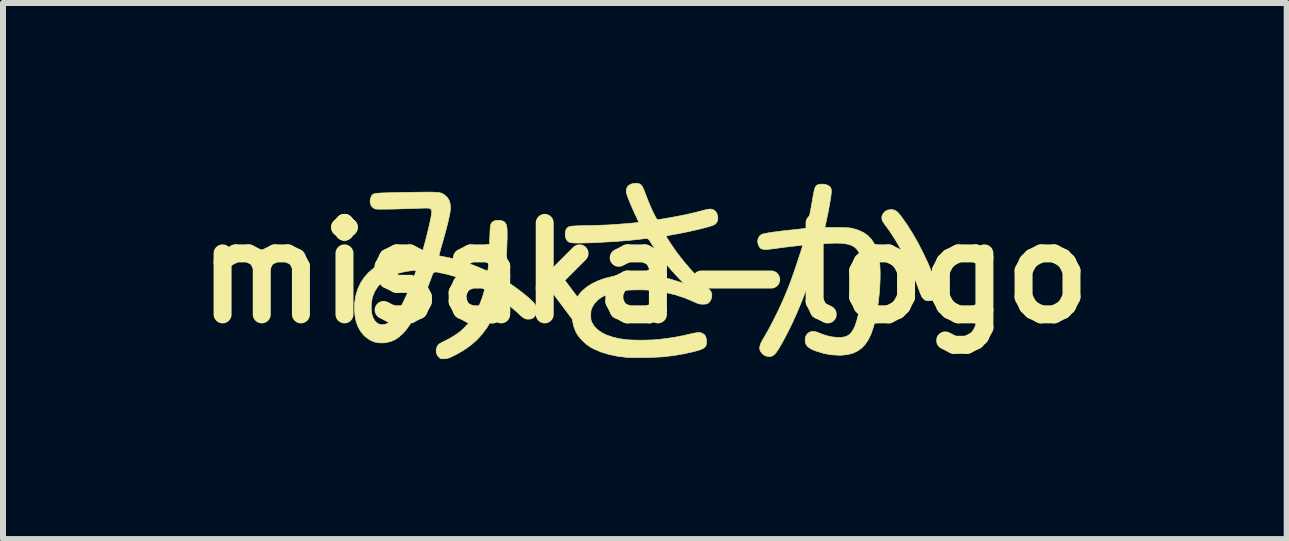
<source format=kicad_pcb>
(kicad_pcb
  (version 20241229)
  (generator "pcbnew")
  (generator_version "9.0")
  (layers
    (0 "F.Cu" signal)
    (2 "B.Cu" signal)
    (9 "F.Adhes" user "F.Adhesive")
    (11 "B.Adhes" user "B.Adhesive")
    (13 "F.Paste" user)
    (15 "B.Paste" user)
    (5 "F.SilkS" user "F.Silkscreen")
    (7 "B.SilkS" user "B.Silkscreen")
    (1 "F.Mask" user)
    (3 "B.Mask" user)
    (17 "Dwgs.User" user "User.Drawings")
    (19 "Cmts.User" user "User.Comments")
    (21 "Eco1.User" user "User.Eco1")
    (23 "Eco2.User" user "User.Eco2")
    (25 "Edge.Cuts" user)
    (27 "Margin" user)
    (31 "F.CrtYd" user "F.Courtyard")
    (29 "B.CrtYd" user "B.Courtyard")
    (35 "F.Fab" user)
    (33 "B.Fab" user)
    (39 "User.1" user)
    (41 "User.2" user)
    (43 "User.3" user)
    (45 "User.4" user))
  (footprint "misaka-logo"
    (layer "F.Cu")
    (at 7.7 1.501)
    (property "Reference" "misaka-logo" (at 0 0 0) (layer "F.SilkS") (effects (font (size 1.524 1.524) (thickness 0.3))))
    (attr through_hole)
    (fp_poly (pts (xy 4.115 -1.057) (xy 4.148 -1.052) (xy 4.176 -1.041) (xy 4.204 -1.022) (xy 4.233 -0.993) (xy 4.267 -0.951) (xy 4.274 -0.942) (xy 4.37 -0.807) (xy 4.464 -0.658) (xy 4.555 -0.499) (xy 4.641 -0.332) (xy 4.721 -0.161) (xy 4.793 0.011) (xy 4.854 0.182) (xy 4.86 0.198) (xy 4.879 0.266) (xy 4.887 0.322) (xy 4.884 0.367) (xy 4.869 0.403) (xy 4.843 0.431) (xy 4.823 0.443) (xy 4.789 0.455) (xy 4.75 0.462) (xy 4.712 0.463) (xy 4.682 0.457) (xy 4.649 0.436) (xy 4.621 0.402) (xy 4.598 0.355) (xy 4.592 0.34) (xy 4.519 0.144) (xy 4.44 -0.044) (xy 4.357 -0.223) (xy 4.27 -0.391) (xy 4.18 -0.546) (xy 4.089 -0.688) (xy 4.001 -0.808) (xy 3.971 -0.852) (xy 3.954 -0.89) (xy 3.95 -0.925) (xy 3.954 -0.95) (xy 3.975 -0.994) (xy 4.007 -1.028) (xy 4.049 -1.049) (xy 4.099 -1.057) (xy 4.115 -1.057)) (stroke (width 0.01) (type solid)) (fill yes) (layer "F.SilkS"))
    (fp_poly (pts (xy 3.003 -1.477) (xy 3.044 -1.465) (xy 3.077 -1.446) (xy 3.078 -1.445) (xy 3.093 -1.429) (xy 3.103 -1.41) (xy 3.108 -1.384) (xy 3.109 -1.35) (xy 3.105 -1.305) (xy 3.097 -1.247) (xy 3.094 -1.228) (xy 3.081 -1.155) (xy 3.067 -1.077) (xy 3.052 -0.997) (xy 3.036 -0.921) (xy 3.022 -0.853) (xy 3.012 -0.809) (xy 3 -0.758) (xy 3.2 -0.758) (xy 3.268 -0.758) (xy 3.323 -0.757) (xy 3.366 -0.755) (xy 3.4 -0.753) (xy 3.429 -0.749) (xy 3.456 -0.745) (xy 3.467 -0.742) (xy 3.563 -0.713) (xy 3.647 -0.673) (xy 3.719 -0.622) (xy 3.779 -0.559) (xy 3.828 -0.484) (xy 3.867 -0.395) (xy 3.896 -0.293) (xy 3.896 -0.293) (xy 3.91 -0.209) (xy 3.919 -0.112) (xy 3.923 -0.003) (xy 3.922 0.113) (xy 3.916 0.236) (xy 3.906 0.362) (xy 3.892 0.488) (xy 3.873 0.613) (xy 3.851 0.733) (xy 3.825 0.847) (xy 3.809 0.906) (xy 3.772 1.014) (xy 3.728 1.107) (xy 3.677 1.185) (xy 3.617 1.249) (xy 3.548 1.299) (xy 3.47 1.336) (xy 3.383 1.359) (xy 3.285 1.37) (xy 3.24 1.371) (xy 3.11 1.364) (xy 2.985 1.341) (xy 2.859 1.303) (xy 2.836 1.295) (xy 2.775 1.268) (xy 2.73 1.24) (xy 2.699 1.209) (xy 2.68 1.174) (xy 2.672 1.132) (xy 2.672 1.118) (xy 2.678 1.067) (xy 2.698 1.027) (xy 2.728 0.997) (xy 2.767 0.979) (xy 2.812 0.974) (xy 2.863 0.983) (xy 2.894 0.995) (xy 2.969 1.025) (xy 3.046 1.049) (xy 3.123 1.065) (xy 3.197 1.073) (xy 3.266 1.074) (xy 3.325 1.066) (xy 3.373 1.05) (xy 3.374 1.049) (xy 3.413 1.023) (xy 3.448 0.985) (xy 3.48 0.934) (xy 3.508 0.87) (xy 3.534 0.792) (xy 3.557 0.699) (xy 3.578 0.591) (xy 3.589 0.521) (xy 3.604 0.416) (xy 3.614 0.32) (xy 3.622 0.228) (xy 3.626 0.131) (xy 3.627 0.025) (xy 3.627 -0.057) (xy 3.624 -0.124) (xy 3.619 -0.181) (xy 3.612 -0.229) (xy 3.601 -0.27) (xy 3.586 -0.309) (xy 3.571 -0.341) (xy 3.542 -0.386) (xy 3.508 -0.422) (xy 3.466 -0.45) (xy 3.415 -0.472) (xy 3.353 -0.486) (xy 3.28 -0.495) (xy 3.192 -0.498) (xy 3.108 -0.496) (xy 3.059 -0.493) (xy 3.015 -0.491) (xy 2.979 -0.488) (xy 2.955 -0.485) (xy 2.946 -0.482) (xy 2.937 -0.47) (xy 2.926 -0.443) (xy 2.912 -0.401) (xy 2.9 -0.362) (xy 2.837 -0.151) (xy 2.768 0.059) (xy 2.695 0.264) (xy 2.619 0.463) (xy 2.539 0.655) (xy 2.457 0.837) (xy 2.373 1.007) (xy 2.289 1.164) (xy 2.221 1.28) (xy 2.185 1.331) (xy 2.149 1.367) (xy 2.112 1.388) (xy 2.072 1.394) (xy 2.036 1.389) (xy 2.001 1.377) (xy 1.972 1.357) (xy 1.949 1.334) (xy 1.926 1.302) (xy 1.915 1.269) (xy 1.915 1.233) (xy 1.926 1.19) (xy 1.949 1.14) (xy 1.976 1.093) (xy 2.06 0.948) (xy 2.143 0.79) (xy 2.225 0.625) (xy 2.303 0.455) (xy 2.374 0.287) (xy 2.43 0.144) (xy 2.446 0.1) (xy 2.465 0.045) (xy 2.487 -0.016) (xy 2.509 -0.082) (xy 2.532 -0.15) (xy 2.554 -0.215) (xy 2.574 -0.277) (xy 2.592 -0.331) (xy 2.606 -0.374) (xy 2.615 -0.404) (xy 2.632 -0.466) (xy 2.601 -0.462) (xy 2.581 -0.459) (xy 2.548 -0.455) (xy 2.507 -0.45) (xy 2.462 -0.445) (xy 2.451 -0.444) (xy 2.4 -0.438) (xy 2.339 -0.431) (xy 2.273 -0.422) (xy 2.21 -0.414) (xy 2.18 -0.409) (xy 2.108 -0.4) (xy 2.051 -0.394) (xy 2.006 -0.392) (xy 1.972 -0.395) (xy 1.946 -0.402) (xy 1.927 -0.415) (xy 1.911 -0.433) (xy 1.898 -0.457) (xy 1.896 -0.461) (xy 1.882 -0.506) (xy 1.883 -0.551) (xy 1.896 -0.592) (xy 1.921 -0.625) (xy 1.946 -0.643) (xy 1.969 -0.651) (xy 2.01 -0.66) (xy 2.066 -0.67) (xy 2.137 -0.681) (xy 2.223 -0.692) (xy 2.324 -0.705) (xy 2.438 -0.717) (xy 2.496 -0.723) (xy 2.552 -0.729) (xy 2.602 -0.735) (xy 2.644 -0.74) (xy 2.675 -0.744) (xy 2.694 -0.746) (xy 2.698 -0.747) (xy 2.702 -0.758) (xy 2.709 -0.783) (xy 2.717 -0.821) (xy 2.728 -0.868) (xy 2.739 -0.923) (xy 2.751 -0.983) (xy 2.763 -1.046) (xy 2.775 -1.11) (xy 2.786 -1.173) (xy 2.793 -1.212) (xy 2.805 -1.282) (xy 2.815 -1.336) (xy 2.824 -1.378) (xy 2.833 -1.41) (xy 2.842 -1.432) (xy 2.852 -1.448) (xy 2.864 -1.46) (xy 2.878 -1.468) (xy 2.88 -1.469) (xy 2.914 -1.48) (xy 2.957 -1.482) (xy 3.003 -1.477)) (stroke (width 0.01) (type solid)) (fill yes) (layer "F.SilkS"))
    (fp_poly (pts (xy -0.121 -1.495) (xy -0.088 -1.485) (xy -0.062 -1.467) (xy -0.039 -1.437) (xy -0.019 -1.394) (xy -0.013 -1.38) (xy 0.018 -1.298) (xy 0.044 -1.229) (xy 0.068 -1.17) (xy 0.09 -1.118) (xy 0.112 -1.069) (xy 0.134 -1.021) (xy 0.142 -1.005) (xy 0.162 -0.965) (xy 0.18 -0.931) (xy 0.195 -0.905) (xy 0.206 -0.891) (xy 0.209 -0.889) (xy 0.221 -0.89) (xy 0.247 -0.894) (xy 0.282 -0.899) (xy 0.322 -0.905) (xy 0.324 -0.906) (xy 0.458 -0.929) (xy 0.59 -0.954) (xy 0.716 -0.98) (xy 0.833 -1.007) (xy 0.937 -1.034) (xy 0.966 -1.042) (xy 1.022 -1.056) (xy 1.066 -1.064) (xy 1.1 -1.066) (xy 1.127 -1.061) (xy 1.143 -1.054) (xy 1.177 -1.028) (xy 1.201 -0.993) (xy 1.215 -0.952) (xy 1.218 -0.908) (xy 1.21 -0.867) (xy 1.19 -0.832) (xy 1.177 -0.818) (xy 1.156 -0.805) (xy 1.126 -0.792) (xy 1.092 -0.78) (xy 1.04 -0.765) (xy 0.974 -0.748) (xy 0.9 -0.729) (xy 0.819 -0.711) (xy 0.736 -0.692) (xy 0.655 -0.675) (xy 0.58 -0.66) (xy 0.559 -0.656) (xy 0.496 -0.645) (xy 0.447 -0.636) (xy 0.411 -0.629) (xy 0.386 -0.624) (xy 0.37 -0.62) (xy 0.361 -0.617) (xy 0.357 -0.615) (xy 0.356 -0.613) (xy 0.356 -0.611) (xy 0.36 -0.601) (xy 0.373 -0.579) (xy 0.392 -0.549) (xy 0.416 -0.512) (xy 0.443 -0.471) (xy 0.472 -0.429) (xy 0.501 -0.387) (xy 0.527 -0.349) (xy 0.549 -0.32) (xy 0.658 -0.182) (xy 0.782 -0.038) (xy 0.92 0.11) (xy 0.941 0.131) (xy 0.987 0.179) (xy 1.028 0.223) (xy 1.062 0.26) (xy 1.087 0.29) (xy 1.102 0.31) (xy 1.105 0.316) (xy 1.117 0.365) (xy 1.112 0.415) (xy 1.099 0.449) (xy 1.078 0.482) (xy 1.055 0.504) (xy 1.025 0.516) (xy 0.985 0.52) (xy 0.967 0.52) (xy 0.936 0.519) (xy 0.912 0.516) (xy 0.888 0.51) (xy 0.86 0.499) (xy 0.822 0.481) (xy 0.817 0.479) (xy 0.668 0.416) (xy 0.511 0.364) (xy 0.345 0.325) (xy 0.167 0.297) (xy 0.082 0.287) (xy 0.024 0.283) (xy -0.045 0.281) (xy -0.118 0.281) (xy -0.194 0.282) (xy -0.267 0.285) (xy -0.334 0.289) (xy -0.391 0.295) (xy -0.426 0.3) (xy -0.536 0.325) (xy -0.632 0.359) (xy -0.715 0.4) (xy -0.784 0.449) (xy -0.837 0.505) (xy -0.875 0.567) (xy -0.888 0.596) (xy -0.896 0.62) (xy -0.9 0.646) (xy -0.901 0.679) (xy -0.902 0.703) (xy -0.901 0.745) (xy -0.898 0.777) (xy -0.892 0.802) (xy -0.882 0.825) (xy -0.844 0.887) (xy -0.791 0.943) (xy -0.723 0.992) (xy -0.64 1.033) (xy -0.543 1.067) (xy -0.432 1.094) (xy -0.326 1.11) (xy -0.28 1.114) (xy -0.22 1.117) (xy -0.152 1.119) (xy -0.077 1.12) (xy -0.001 1.119) (xy 0.073 1.117) (xy 0.141 1.115) (xy 0.199 1.11) (xy 0.207 1.11) (xy 0.359 1.092) (xy 0.501 1.071) (xy 0.644 1.043) (xy 0.766 1.015) (xy 0.82 1.003) (xy 0.862 0.995) (xy 0.893 0.992) (xy 0.919 0.993) (xy 0.942 0.999) (xy 0.962 1.008) (xy 0.994 1.03) (xy 1.015 1.062) (xy 1.026 1.105) (xy 1.029 1.143) (xy 1.027 1.178) (xy 1.02 1.206) (xy 1.007 1.229) (xy 0.986 1.249) (xy 0.954 1.267) (xy 0.911 1.283) (xy 0.854 1.3) (xy 0.796 1.315) (xy 0.651 1.347) (xy 0.5 1.373) (xy 0.343 1.393) (xy 0.294 1.398) (xy 0.233 1.401) (xy 0.163 1.405) (xy 0.087 1.407) (xy 0.009 1.409) (xy -0.069 1.41) (xy -0.143 1.41) (xy -0.21 1.41) (xy -0.266 1.408) (xy -0.31 1.406) (xy -0.313 1.405) (xy -0.464 1.386) (xy -0.603 1.356) (xy -0.729 1.318) (xy -0.842 1.27) (xy -0.899 1.24) (xy -0.96 1.199) (xy -1.018 1.149) (xy -1.072 1.095) (xy -1.116 1.039) (xy -1.145 0.991) (xy -1.182 0.899) (xy -1.204 0.803) (xy -1.211 0.705) (xy -1.203 0.608) (xy -1.18 0.515) (xy -1.152 0.445) (xy -1.105 0.368) (xy -1.043 0.297) (xy -0.967 0.233) (xy -0.879 0.177) (xy -0.778 0.129) (xy -0.666 0.089) (xy -0.544 0.059) (xy -0.529 0.056) (xy -0.381 0.035) (xy -0.225 0.025) (xy -0.063 0.027) (xy 0.1 0.041) (xy 0.262 0.065) (xy 0.419 0.1) (xy 0.567 0.146) (xy 0.572 0.148) (xy 0.652 0.176) (xy 0.549 0.069) (xy 0.442 -0.047) (xy 0.339 -0.17) (xy 0.243 -0.295) (xy 0.156 -0.418) (xy 0.109 -0.492) (xy 0.089 -0.525) (xy 0.074 -0.548) (xy 0.06 -0.563) (xy 0.044 -0.572) (xy 0.022 -0.574) (xy -0.008 -0.572) (xy -0.05 -0.567) (xy -0.076 -0.564) (xy -0.163 -0.554) (xy -0.263 -0.544) (xy -0.373 -0.535) (xy -0.49 -0.526) (xy -0.609 -0.519) (xy -0.727 -0.512) (xy -0.842 -0.506) (xy -0.949 -0.502) (xy -1.046 -0.5) (xy -1.107 -0.5) (xy -1.166 -0.5) (xy -1.211 -0.503) (xy -1.245 -0.509) (xy -1.269 -0.518) (xy -1.288 -0.532) (xy -1.303 -0.552) (xy -1.31 -0.563) (xy -1.323 -0.598) (xy -1.328 -0.639) (xy -1.326 -0.681) (xy -1.316 -0.718) (xy -1.307 -0.734) (xy -1.297 -0.747) (xy -1.287 -0.758) (xy -1.274 -0.766) (xy -1.257 -0.773) (xy -1.235 -0.778) (xy -1.205 -0.782) (xy -1.165 -0.784) (xy -1.114 -0.787) (xy -1.05 -0.788) (xy -0.971 -0.79) (xy -0.964 -0.79) (xy -0.889 -0.792) (xy -0.814 -0.794) (xy -0.74 -0.796) (xy -0.673 -0.799) (xy -0.614 -0.801) (xy -0.568 -0.804) (xy -0.559 -0.804) (xy -0.506 -0.808) (xy -0.449 -0.812) (xy -0.389 -0.817) (xy -0.329 -0.821) (xy -0.272 -0.826) (xy -0.219 -0.831) (xy -0.173 -0.835) (xy -0.137 -0.839) (xy -0.112 -0.842) (xy -0.102 -0.843) (xy -0.102 -0.844) (xy -0.105 -0.852) (xy -0.113 -0.873) (xy -0.127 -0.903) (xy -0.144 -0.941) (xy -0.156 -0.965) (xy -0.182 -1.022) (xy -0.209 -1.082) (xy -0.235 -1.142) (xy -0.258 -1.199) (xy -0.279 -1.251) (xy -0.295 -1.296) (xy -0.306 -1.33) (xy -0.31 -1.347) (xy -0.309 -1.39) (xy -0.295 -1.429) (xy -0.271 -1.459) (xy -0.238 -1.479) (xy -0.195 -1.491) (xy -0.149 -1.496) (xy -0.121 -1.495)) (stroke (width 0.01) (type solid)) (fill yes) (layer "F.SilkS"))
    (fp_poly (pts (xy -3.564 -1.348) (xy -3.519 -1.347) (xy -3.481 -1.345) (xy -3.451 -1.343) (xy -3.426 -1.339) (xy -3.406 -1.335) (xy -3.389 -1.33) (xy -3.375 -1.324) (xy -3.362 -1.317) (xy -3.35 -1.308) (xy -3.339 -1.301) (xy -3.295 -1.262) (xy -3.264 -1.214) (xy -3.246 -1.156) (xy -3.24 -1.088) (xy -3.244 -1.033) (xy -3.251 -0.991) (xy -3.262 -0.934) (xy -3.278 -0.865) (xy -3.298 -0.784) (xy -3.322 -0.693) (xy -3.349 -0.594) (xy -3.374 -0.504) (xy -3.39 -0.449) (xy -3.404 -0.4) (xy -3.415 -0.358) (xy -3.424 -0.325) (xy -3.429 -0.305) (xy -3.43 -0.301) (xy -3.43 -0.291) (xy -3.421 -0.284) (xy -3.401 -0.28) (xy -3.387 -0.277) (xy -3.262 -0.254) (xy -3.128 -0.22) (xy -2.989 -0.177) (xy -2.847 -0.126) (xy -2.708 -0.068) (xy -2.618 -0.028) (xy -2.613 -0.075) (xy -2.606 -0.145) (xy -2.6 -0.231) (xy -2.594 -0.33) (xy -2.59 -0.44) (xy -2.586 -0.561) (xy -2.586 -0.567) (xy -2.583 -0.64) (xy -2.581 -0.698) (xy -2.578 -0.743) (xy -2.575 -0.777) (xy -2.57 -0.803) (xy -2.563 -0.822) (xy -2.554 -0.836) (xy -2.542 -0.848) (xy -2.53 -0.858) (xy -2.499 -0.872) (xy -2.459 -0.879) (xy -2.416 -0.878) (xy -2.377 -0.869) (xy -2.375 -0.868) (xy -2.344 -0.853) (xy -2.323 -0.831) (xy -2.308 -0.801) (xy -2.3 -0.759) (xy -2.296 -0.711) (xy -2.295 -0.657) (xy -2.295 -0.589) (xy -2.298 -0.512) (xy -2.301 -0.427) (xy -2.305 -0.338) (xy -2.31 -0.249) (xy -2.316 -0.162) (xy -2.323 -0.08) (xy -2.33 -0.008) (xy -2.337 0.054) (xy -2.341 0.085) (xy -2.346 0.116) (xy -2.27 0.164) (xy -2.192 0.216) (xy -2.108 0.277) (xy -2.025 0.341) (xy -1.946 0.406) (xy -1.923 0.427) (xy -1.877 0.469) (xy -1.843 0.506) (xy -1.821 0.538) (xy -1.808 0.57) (xy -1.802 0.603) (xy -1.801 0.621) (xy -1.807 0.668) (xy -1.825 0.708) (xy -1.853 0.74) (xy -1.873 0.756) (xy -1.895 0.764) (xy -1.926 0.769) (xy -1.929 0.769) (xy -1.958 0.769) (xy -1.983 0.766) (xy -2.007 0.756) (xy -2.034 0.739) (xy -2.066 0.713) (xy -2.105 0.676) (xy -2.149 0.637) (xy -2.195 0.597) (xy -2.241 0.559) (xy -2.285 0.523) (xy -2.327 0.492) (xy -2.363 0.466) (xy -2.392 0.448) (xy -2.412 0.438) (xy -2.421 0.437) (xy -2.426 0.449) (xy -2.434 0.471) (xy -2.443 0.5) (xy -2.49 0.637) (xy -2.551 0.772) (xy -2.624 0.898) (xy -2.629 0.906) (xy -2.711 1.017) (xy -2.801 1.116) (xy -2.903 1.205) (xy -3.018 1.286) (xy -3.146 1.359) (xy -3.175 1.374) (xy -3.22 1.395) (xy -3.253 1.41) (xy -3.28 1.42) (xy -3.303 1.426) (xy -3.328 1.428) (xy -3.341 1.429) (xy -3.373 1.43) (xy -3.394 1.429) (xy -3.41 1.423) (xy -3.425 1.412) (xy -3.429 1.409) (xy -3.459 1.373) (xy -3.476 1.329) (xy -3.479 1.282) (xy -3.467 1.236) (xy -3.463 1.229) (xy -3.456 1.214) (xy -3.448 1.202) (xy -3.438 1.191) (xy -3.423 1.18) (xy -3.401 1.167) (xy -3.37 1.151) (xy -3.327 1.129) (xy -3.309 1.12) (xy -3.233 1.079) (xy -3.168 1.04) (xy -3.111 1.001) (xy -3.058 0.958) (xy -3.016 0.919) (xy -2.932 0.829) (xy -2.858 0.727) (xy -2.793 0.612) (xy -2.79 0.605) (xy -2.77 0.562) (xy -2.749 0.512) (xy -2.729 0.46) (xy -2.71 0.409) (xy -2.695 0.361) (xy -2.683 0.321) (xy -2.676 0.291) (xy -2.675 0.28) (xy -2.68 0.271) (xy -2.694 0.259) (xy -2.72 0.244) (xy -2.759 0.223) (xy -2.788 0.209) (xy -2.956 0.132) (xy -3.121 0.071) (xy -3.285 0.024) (xy -3.373 0.005) (xy -3.424 -0.006) (xy -3.462 -0.014) (xy -3.49 -0.017) (xy -3.51 -0.013) (xy -3.525 -0.002) (xy -3.538 0.018) (xy -3.55 0.05) (xy -3.566 0.095) (xy -3.578 0.127) (xy -3.639 0.287) (xy -3.699 0.434) (xy -3.759 0.568) (xy -3.819 0.688) (xy -3.877 0.793) (xy -3.933 0.883) (xy -3.988 0.958) (xy -4.032 1.007) (xy -4.099 1.067) (xy -4.167 1.112) (xy -4.24 1.143) (xy -4.32 1.161) (xy -4.354 1.165) (xy -4.436 1.164) (xy -4.514 1.148) (xy -4.587 1.115) (xy -4.655 1.066) (xy -4.682 1.041) (xy -4.737 0.974) (xy -4.781 0.897) (xy -4.813 0.81) (xy -4.832 0.711) (xy -4.84 0.622) (xy -4.84 0.593) (xy -4.562 0.593) (xy -4.556 0.656) (xy -4.551 0.681) (xy -4.531 0.745) (xy -4.502 0.796) (xy -4.466 0.833) (xy -4.424 0.856) (xy -4.378 0.863) (xy -4.327 0.855) (xy -4.295 0.842) (xy -4.253 0.815) (xy -4.211 0.777) (xy -4.168 0.725) (xy -4.123 0.66) (xy -4.077 0.581) (xy -4.028 0.487) (xy -3.976 0.377) (xy -3.966 0.354) (xy -3.928 0.267) (xy -3.895 0.186) (xy -3.863 0.102) (xy -3.843 0.048) (xy -3.81 -0.045) (xy -3.886 -0.039) (xy -3.988 -0.025) (xy -4.087 -0.002) (xy -4.181 0.029) (xy -4.266 0.068) (xy -4.322 0.102) (xy -4.391 0.158) (xy -4.451 0.226) (xy -4.5 0.303) (xy -4.535 0.383) (xy -4.538 0.394) (xy -4.552 0.455) (xy -4.56 0.524) (xy -4.562 0.593) (xy -4.84 0.593) (xy -4.838 0.499) (xy -4.82 0.382) (xy -4.788 0.273) (xy -4.741 0.171) (xy -4.681 0.078) (xy -4.607 -0.006) (xy -4.52 -0.081) (xy -4.421 -0.146) (xy -4.309 -0.2) (xy -4.186 -0.243) (xy -4.077 -0.27) (xy -4.005 -0.283) (xy -3.931 -0.293) (xy -3.86 -0.3) (xy -3.798 -0.304) (xy -3.774 -0.305) (xy -3.72 -0.305) (xy -3.706 -0.358) (xy -3.678 -0.458) (xy -3.652 -0.556) (xy -3.629 -0.648) (xy -3.608 -0.734) (xy -3.59 -0.813) (xy -3.575 -0.882) (xy -3.563 -0.941) (xy -3.556 -0.987) (xy -3.552 -1.021) (xy -3.553 -1.038) (xy -3.564 -1.059) (xy -3.578 -1.073) (xy -3.585 -1.076) (xy -3.595 -1.079) (xy -3.61 -1.081) (xy -3.631 -1.082) (xy -3.661 -1.082) (xy -3.701 -1.081) (xy -3.753 -1.08) (xy -3.819 -1.077) (xy -3.863 -1.076) (xy -3.94 -1.073) (xy -4.022 -1.071) (xy -4.104 -1.068) (xy -4.183 -1.066) (xy -4.253 -1.065) (xy -4.31 -1.064) (xy -4.37 -1.064) (xy -4.415 -1.064) (xy -4.449 -1.064) (xy -4.473 -1.066) (xy -4.491 -1.068) (xy -4.503 -1.072) (xy -4.514 -1.077) (xy -4.524 -1.083) (xy -4.555 -1.111) (xy -4.574 -1.149) (xy -4.581 -1.193) (xy -4.576 -1.238) (xy -4.563 -1.27) (xy -4.555 -1.286) (xy -4.546 -1.299) (xy -4.536 -1.309) (xy -4.521 -1.317) (xy -4.502 -1.323) (xy -4.475 -1.328) (xy -4.439 -1.331) (xy -4.392 -1.334) (xy -4.334 -1.336) (xy -4.261 -1.338) (xy -4.199 -1.339) (xy -4.067 -1.342) (xy -3.95 -1.344) (xy -3.848 -1.346) (xy -3.759 -1.347) (xy -3.683 -1.348) (xy -3.619 -1.348) (xy -3.564 -1.348)) (stroke (width 0.01) (type solid)) (fill yes) (layer "F.SilkS")))
  (gr_rect
    (start -3 -3)
    (end 18.4 5.937)
    (stroke (width 0.1) (type default))
    (fill no)
    (layer "Edge.Cuts")))
</source>
